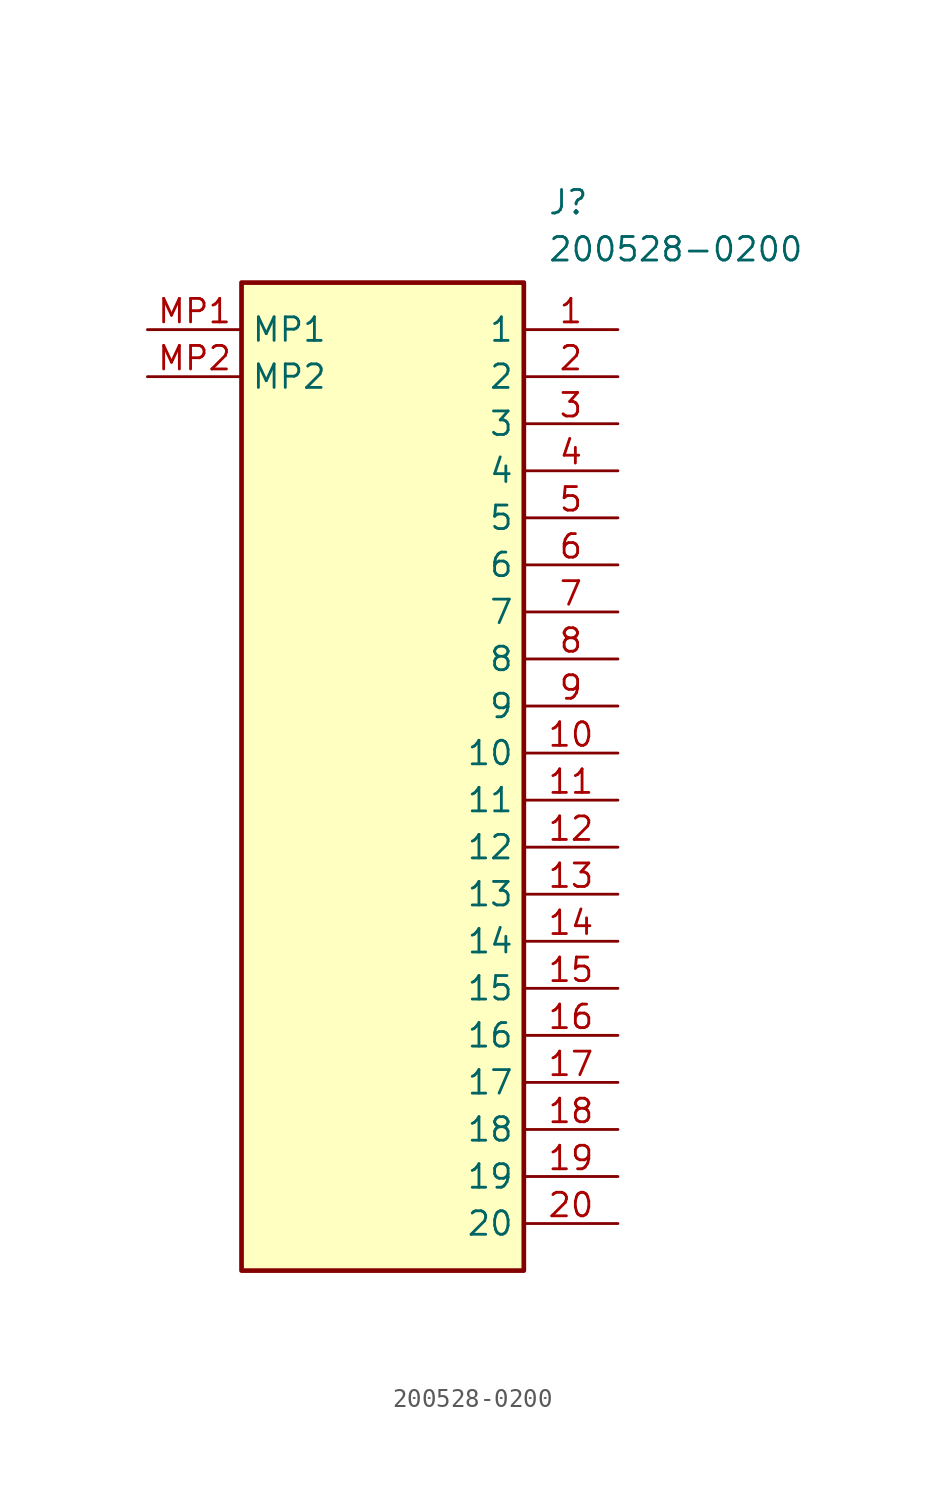
<source format=kicad_sym>
(kicad_symbol_lib
  (version 20211014)
  (generator SamacSys_ECAD_Model)
  (symbol "200528-0200"
    (property "Reference" "J"
      (at 21.59 7.62 0)
      (effects (font (size 1.27 1.27)) (justify left top)))
    (property "Value" "200528-0200"
      (at 21.59 5.08 0)
      (effects (font (size 1.27 1.27)) (justify left top)))
    (rectangle
      (start 5.08 2.54)
      (end 20.32 -50.8)
      (stroke (width 0.254) (type default))
      (fill (type background)))
    (pin passive line
      (at 25.4 0 180)
      (length 5.08)
      (name "1" (effects (font (size 1.27 1.27))))
      (number "1" (effects (font (size 1.27 1.27)))))
    (pin passive line
      (at 25.4 -2.54 180)
      (length 5.08)
      (name "2" (effects (font (size 1.27 1.27))))
      (number "2" (effects (font (size 1.27 1.27)))))
    (pin passive line
      (at 25.4 -5.08 180)
      (length 5.08)
      (name "3" (effects (font (size 1.27 1.27))))
      (number "3" (effects (font (size 1.27 1.27)))))
    (pin passive line
      (at 25.4 -7.62 180)
      (length 5.08)
      (name "4" (effects (font (size 1.27 1.27))))
      (number "4" (effects (font (size 1.27 1.27)))))
    (pin passive line
      (at 25.4 -10.16 180)
      (length 5.08)
      (name "5" (effects (font (size 1.27 1.27))))
      (number "5" (effects (font (size 1.27 1.27)))))
    (pin passive line
      (at 25.4 -12.7 180)
      (length 5.08)
      (name "6" (effects (font (size 1.27 1.27))))
      (number "6" (effects (font (size 1.27 1.27)))))
    (pin passive line
      (at 25.4 -15.24 180)
      (length 5.08)
      (name "7" (effects (font (size 1.27 1.27))))
      (number "7" (effects (font (size 1.27 1.27)))))
    (pin passive line
      (at 25.4 -17.78 180)
      (length 5.08)
      (name "8" (effects (font (size 1.27 1.27))))
      (number "8" (effects (font (size 1.27 1.27)))))
    (pin passive line
      (at 25.4 -20.32 180)
      (length 5.08)
      (name "9" (effects (font (size 1.27 1.27))))
      (number "9" (effects (font (size 1.27 1.27)))))
    (pin passive line
      (at 25.4 -22.86 180)
      (length 5.08)
      (name "10" (effects (font (size 1.27 1.27))))
      (number "10" (effects (font (size 1.27 1.27)))))
    (pin passive line
      (at 25.4 -25.4 180)
      (length 5.08)
      (name "11" (effects (font (size 1.27 1.27))))
      (number "11" (effects (font (size 1.27 1.27)))))
    (pin passive line
      (at 25.4 -27.94 180)
      (length 5.08)
      (name "12" (effects (font (size 1.27 1.27))))
      (number "12" (effects (font (size 1.27 1.27)))))
    (pin passive line
      (at 25.4 -30.48 180)
      (length 5.08)
      (name "13" (effects (font (size 1.27 1.27))))
      (number "13" (effects (font (size 1.27 1.27)))))
    (pin passive line
      (at 25.4 -33.02 180)
      (length 5.08)
      (name "14" (effects (font (size 1.27 1.27))))
      (number "14" (effects (font (size 1.27 1.27)))))
    (pin passive line
      (at 25.4 -35.56 180)
      (length 5.08)
      (name "15" (effects (font (size 1.27 1.27))))
      (number "15" (effects (font (size 1.27 1.27)))))
    (pin passive line
      (at 25.4 -38.1 180)
      (length 5.08)
      (name "16" (effects (font (size 1.27 1.27))))
      (number "16" (effects (font (size 1.27 1.27)))))
    (pin passive line
      (at 25.4 -40.64 180)
      (length 5.08)
      (name "17" (effects (font (size 1.27 1.27))))
      (number "17" (effects (font (size 1.27 1.27)))))
    (pin passive line
      (at 25.4 -43.18 180)
      (length 5.08)
      (name "18" (effects (font (size 1.27 1.27))))
      (number "18" (effects (font (size 1.27 1.27)))))
    (pin passive line
      (at 25.4 -45.72 180)
      (length 5.08)
      (name "19" (effects (font (size 1.27 1.27))))
      (number "19" (effects (font (size 1.27 1.27)))))
    (pin passive line
      (at 25.4 -48.26 180)
      (length 5.08)
      (name "20" (effects (font (size 1.27 1.27))))
      (number "20" (effects (font (size 1.27 1.27)))))
    (pin passive line
      (at 0 0 0)
      (length 5.08)
      (name "MP1" (effects (font (size 1.27 1.27))))
      (number "MP1" (effects (font (size 1.27 1.27)))))
    (pin passive line
      (at 0 -2.54 0)
      (length 5.08)
      (name "MP2" (effects (font (size 1.27 1.27))))
      (number "MP2" (effects (font (size 1.27 1.27)))))))
</source>
